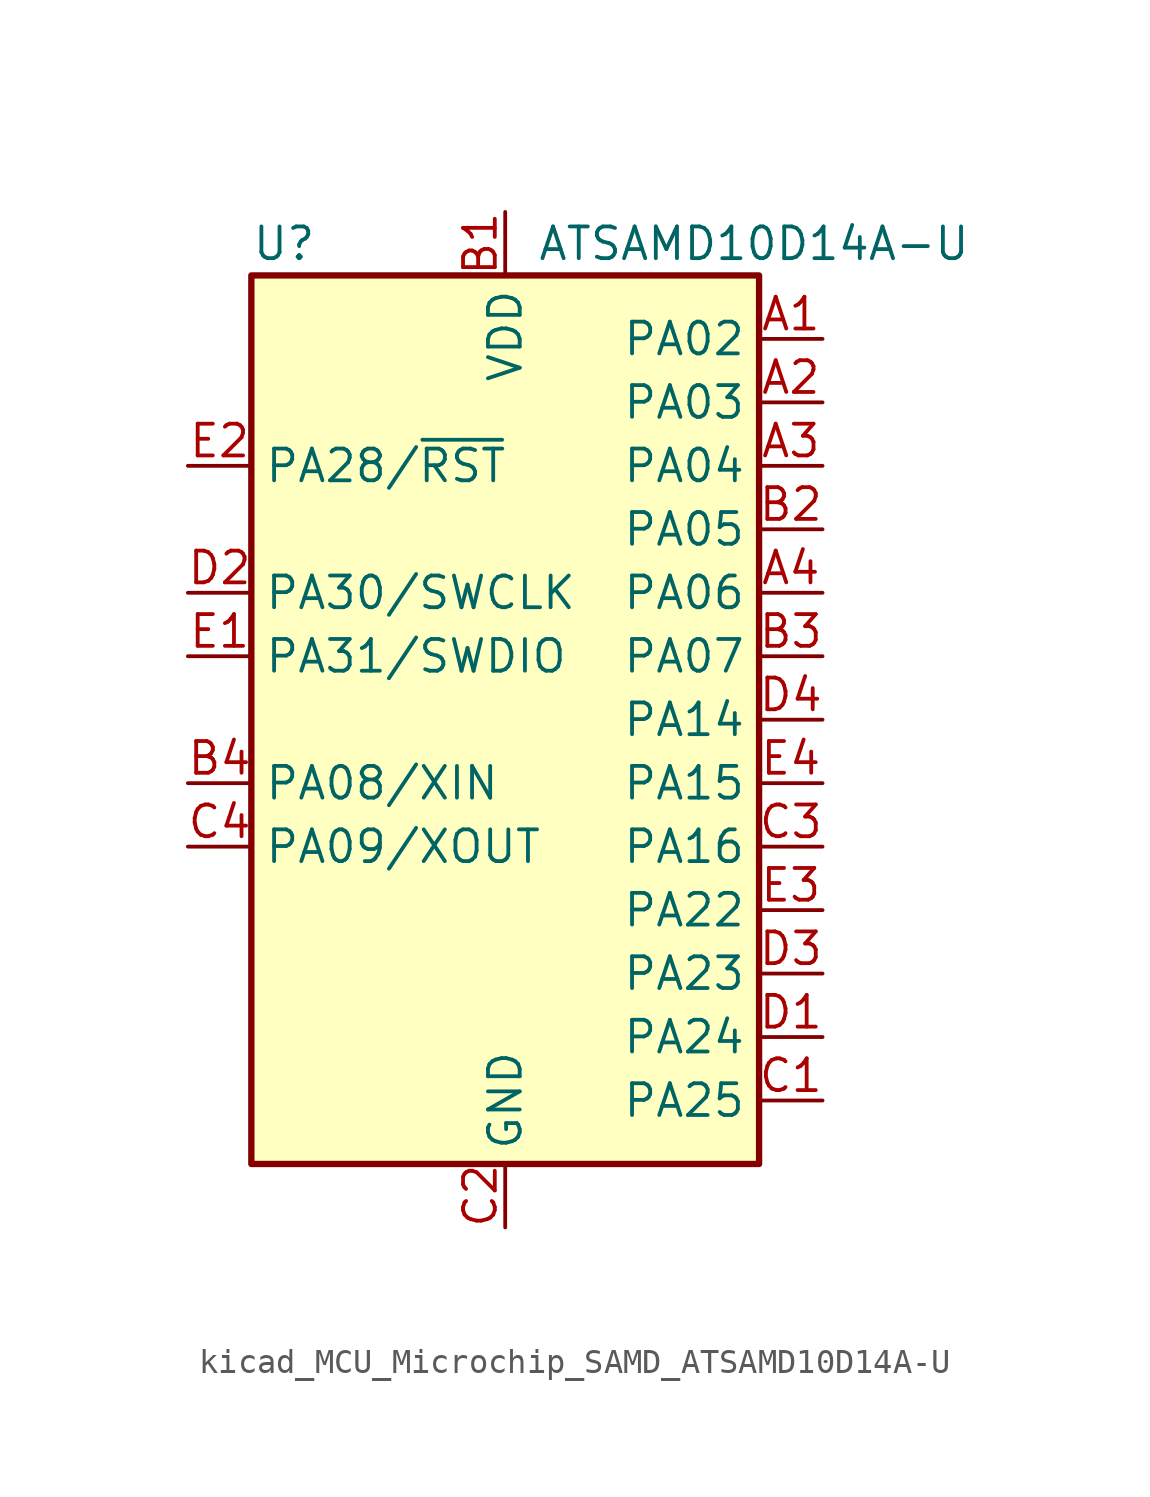
<source format=kicad_sym>
(kicad_symbol_lib
  (version 20220914)
  (generator kicad_symbol_editor)
  (symbol "kicad_MCU_Microchip_SAMD_ATSAMD10D14A-U"
    (property "Reference" "U"
      (at -10.16 19.05 0)
      (effects (font (size 1.27 1.27)) (justify left)))
    (property "Value" "ATSAMD10D14A-U"
      (at 1.27 19.05 0)
      (effects (font (size 1.27 1.27)) (justify left)))
    (symbol "kicad_MCU_Microchip_SAMD_ATSAMD10D14A-U_0_1"
      (rectangle (start -10.16 17.78) (end 10.16 -17.78) (stroke (width 0.254) (type default)) (fill (type background))))
    (symbol "kicad_MCU_Microchip_SAMD_ATSAMD10D14A-U_1_1"
      (pin bidirectional line (at 12.7 15.24 180) (length 2.54) (name "PA02" (effects (font (size 1.27 1.27)))) (number "A1" (effects (font (size 1.27 1.27)))))
      (pin bidirectional line (at 12.7 12.7 180) (length 2.54) (name "PA03" (effects (font (size 1.27 1.27)))) (number "A2" (effects (font (size 1.27 1.27)))))
      (pin bidirectional line (at 12.7 10.16 180) (length 2.54) (name "PA04" (effects (font (size 1.27 1.27)))) (number "A3" (effects (font (size 1.27 1.27)))))
      (pin bidirectional line (at 12.7 5.08 180) (length 2.54) (name "PA06" (effects (font (size 1.27 1.27)))) (number "A4" (effects (font (size 1.27 1.27)))))
      (pin power_in line (at 0 20.32 270) (length 2.54) (name "VDD" (effects (font (size 1.27 1.27)))) (number "B1" (effects (font (size 1.27 1.27)))))
      (pin bidirectional line (at 12.7 7.62 180) (length 2.54) (name "PA05" (effects (font (size 1.27 1.27)))) (number "B2" (effects (font (size 1.27 1.27)))))
      (pin bidirectional line (at 12.7 2.54 180) (length 2.54) (name "PA07" (effects (font (size 1.27 1.27)))) (number "B3" (effects (font (size 1.27 1.27)))))
      (pin bidirectional line (at -12.7 -2.54 0) (length 2.54) (name "PA08/XIN" (effects (font (size 1.27 1.27)))) (number "B4" (effects (font (size 1.27 1.27)))))
      (pin bidirectional line (at 12.7 -15.24 180) (length 2.54) (name "PA25" (effects (font (size 1.27 1.27)))) (number "C1" (effects (font (size 1.27 1.27)))))
      (pin power_in line (at 0 -20.32 90) (length 2.54) (name "GND" (effects (font (size 1.27 1.27)))) (number "C2" (effects (font (size 1.27 1.27)))))
      (pin bidirectional line (at 12.7 -5.08 180) (length 2.54) (name "PA16" (effects (font (size 1.27 1.27)))) (number "C3" (effects (font (size 1.27 1.27)))))
      (pin bidirectional line (at -12.7 -5.08 0) (length 2.54) (name "PA09/XOUT" (effects (font (size 1.27 1.27)))) (number "C4" (effects (font (size 1.27 1.27)))))
      (pin bidirectional line (at 12.7 -12.7 180) (length 2.54) (name "PA24" (effects (font (size 1.27 1.27)))) (number "D1" (effects (font (size 1.27 1.27)))))
      (pin bidirectional line (at -12.7 5.08 0) (length 2.54) (name "PA30/SWCLK" (effects (font (size 1.27 1.27)))) (number "D2" (effects (font (size 1.27 1.27)))))
      (pin bidirectional line (at 12.7 -10.16 180) (length 2.54) (name "PA23" (effects (font (size 1.27 1.27)))) (number "D3" (effects (font (size 1.27 1.27)))))
      (pin bidirectional line (at 12.7 0 180) (length 2.54) (name "PA14" (effects (font (size 1.27 1.27)))) (number "D4" (effects (font (size 1.27 1.27)))))
      (pin bidirectional line (at -12.7 2.54 0) (length 2.54) (name "PA31/SWDIO" (effects (font (size 1.27 1.27)))) (number "E1" (effects (font (size 1.27 1.27)))))
      (pin bidirectional line (at -12.7 10.16 0) (length 2.54) (name "PA28/~{RST}" (effects (font (size 1.27 1.27)))) (number "E2" (effects (font (size 1.27 1.27)))))
      (pin bidirectional line (at 12.7 -7.62 180) (length 2.54) (name "PA22" (effects (font (size 1.27 1.27)))) (number "E3" (effects (font (size 1.27 1.27)))))
      (pin bidirectional line (at 12.7 -2.54 180) (length 2.54) (name "PA15" (effects (font (size 1.27 1.27)))) (number "E4" (effects (font (size 1.27 1.27))))))))
</source>
